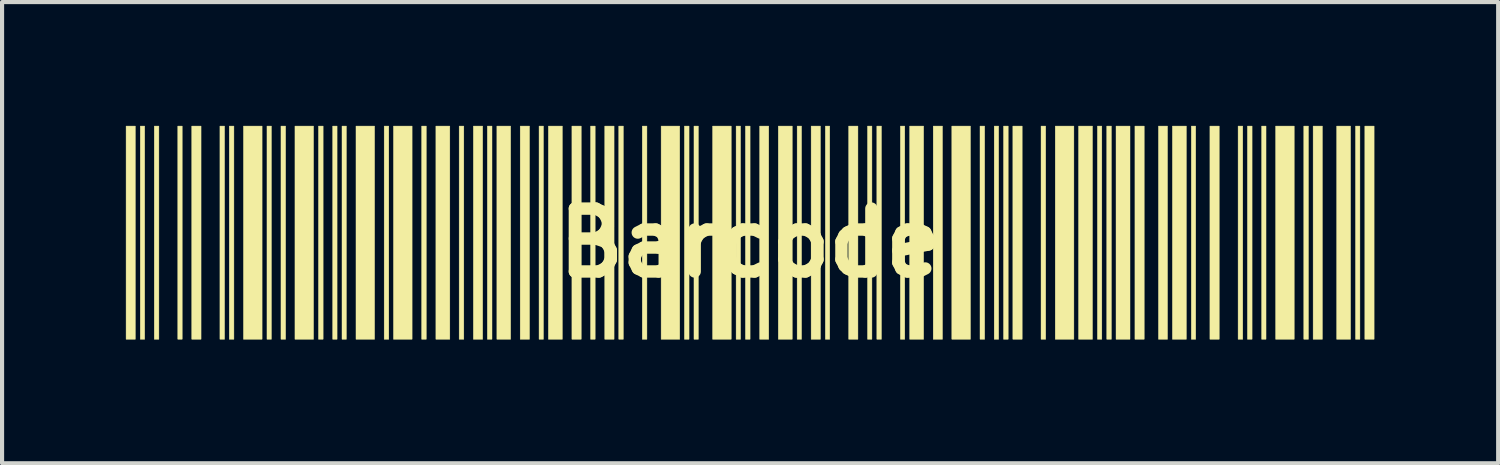
<source format=kicad_pcb>
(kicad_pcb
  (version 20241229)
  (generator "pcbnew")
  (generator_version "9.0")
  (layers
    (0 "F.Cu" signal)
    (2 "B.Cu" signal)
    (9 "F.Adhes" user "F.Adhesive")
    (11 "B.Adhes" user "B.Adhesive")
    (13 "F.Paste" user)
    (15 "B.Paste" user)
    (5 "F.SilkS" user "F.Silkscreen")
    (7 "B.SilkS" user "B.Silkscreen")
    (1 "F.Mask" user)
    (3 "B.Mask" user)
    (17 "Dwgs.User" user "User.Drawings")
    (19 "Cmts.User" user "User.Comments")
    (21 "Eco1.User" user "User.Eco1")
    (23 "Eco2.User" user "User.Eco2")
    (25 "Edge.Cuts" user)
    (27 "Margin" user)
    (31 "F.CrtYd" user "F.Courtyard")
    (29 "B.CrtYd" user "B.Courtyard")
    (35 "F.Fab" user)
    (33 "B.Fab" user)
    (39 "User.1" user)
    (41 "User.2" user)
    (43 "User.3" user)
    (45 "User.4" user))
  (footprint "Barcode"
    (layer "F.Cu")
    (at 15.126 2.839)
    (property "Reference" "Barcode" (at 0 0 0) (layer "F.SilkS") (effects (font (size 1.524 1.524) (thickness 0.3))))
    (attr through_hole)
    (fp_poly (pts (xy -14.896 2.331) (xy -15.121 2.331) (xy -15.121 -2.834) (xy -14.896 -2.834) (xy -14.896 2.331)) (stroke (width 0.01) (type solid)) (fill yes) (layer "F.SilkS"))
    (fp_poly (pts (xy -14.67 2.331) (xy -14.777 2.331) (xy -14.777 -2.834) (xy -14.67 -2.834) (xy -14.67 2.331)) (stroke (width 0.01) (type solid)) (fill yes) (layer "F.SilkS"))
    (fp_poly (pts (xy -14.326 2.331) (xy -14.438 2.331) (xy -14.438 -2.834) (xy -14.326 -2.834) (xy -14.326 2.331)) (stroke (width 0.01) (type solid)) (fill yes) (layer "F.SilkS"))
    (fp_poly (pts (xy -13.761 2.331) (xy -13.868 2.331) (xy -13.868 -2.834) (xy -13.761 -2.834) (xy -13.761 2.331)) (stroke (width 0.01) (type solid)) (fill yes) (layer "F.SilkS"))
    (fp_poly (pts (xy -13.304 2.331) (xy -13.53 2.331) (xy -13.53 -2.834) (xy -13.304 -2.834) (xy -13.304 2.331)) (stroke (width 0.01) (type solid)) (fill yes) (layer "F.SilkS"))
    (fp_poly (pts (xy -12.734 2.331) (xy -12.847 2.331) (xy -12.847 -2.834) (xy -12.734 -2.834) (xy -12.734 2.331)) (stroke (width 0.01) (type solid)) (fill yes) (layer "F.SilkS"))
    (fp_poly (pts (xy -12.508 2.331) (xy -12.621 2.331) (xy -12.621 -2.834) (xy -12.508 -2.834) (xy -12.508 2.331)) (stroke (width 0.01) (type solid)) (fill yes) (layer "F.SilkS"))
    (fp_poly (pts (xy -11.825 2.331) (xy -12.277 2.331) (xy -12.277 -2.834) (xy -11.825 -2.834) (xy -11.825 2.331)) (stroke (width 0.01) (type solid)) (fill yes) (layer "F.SilkS"))
    (fp_poly (pts (xy -11.599 2.331) (xy -11.707 2.331) (xy -11.707 -2.834) (xy -11.599 -2.834) (xy -11.599 2.331)) (stroke (width 0.01) (type solid)) (fill yes) (layer "F.SilkS"))
    (fp_poly (pts (xy -11.255 2.331) (xy -11.368 2.331) (xy -11.368 -2.834) (xy -11.255 -2.834) (xy -11.255 2.331)) (stroke (width 0.01) (type solid)) (fill yes) (layer "F.SilkS"))
    (fp_poly (pts (xy -10.578 2.331) (xy -11.029 2.331) (xy -11.029 -2.834) (xy -10.578 -2.834) (xy -10.578 2.331)) (stroke (width 0.01) (type solid)) (fill yes) (layer "F.SilkS"))
    (fp_poly (pts (xy -10.346 2.331) (xy -10.459 2.331) (xy -10.459 -2.834) (xy -10.346 -2.834) (xy -10.346 2.331)) (stroke (width 0.01) (type solid)) (fill yes) (layer "F.SilkS"))
    (fp_poly (pts (xy -10.008 2.331) (xy -10.115 2.331) (xy -10.115 -2.834) (xy -10.008 -2.834) (xy -10.008 2.331)) (stroke (width 0.01) (type solid)) (fill yes) (layer "F.SilkS"))
    (fp_poly (pts (xy -9.782 2.331) (xy -9.889 2.331) (xy -9.889 -2.834) (xy -9.782 -2.834) (xy -9.782 2.331)) (stroke (width 0.01) (type solid)) (fill yes) (layer "F.SilkS"))
    (fp_poly (pts (xy -9.099 2.331) (xy -9.55 2.331) (xy -9.55 -2.834) (xy -9.099 -2.834) (xy -9.099 2.331)) (stroke (width 0.01) (type solid)) (fill yes) (layer "F.SilkS"))
    (fp_poly (pts (xy -8.755 2.331) (xy -8.867 2.331) (xy -8.867 -2.834) (xy -8.755 -2.834) (xy -8.755 2.331)) (stroke (width 0.01) (type solid)) (fill yes) (layer "F.SilkS"))
    (fp_poly (pts (xy -8.19 2.331) (xy -8.642 2.331) (xy -8.642 -2.834) (xy -8.19 -2.834) (xy -8.19 2.331)) (stroke (width 0.01) (type solid)) (fill yes) (layer "F.SilkS"))
    (fp_poly (pts (xy -7.846 2.331) (xy -7.959 2.331) (xy -7.959 -2.834) (xy -7.846 -2.834) (xy -7.846 2.331)) (stroke (width 0.01) (type solid)) (fill yes) (layer "F.SilkS"))
    (fp_poly (pts (xy -7.276 2.331) (xy -7.614 2.331) (xy -7.614 -2.834) (xy -7.276 -2.834) (xy -7.276 2.331)) (stroke (width 0.01) (type solid)) (fill yes) (layer "F.SilkS"))
    (fp_poly (pts (xy -6.937 2.331) (xy -7.05 2.331) (xy -7.05 -2.834) (xy -6.937 -2.834) (xy -6.937 2.331)) (stroke (width 0.01) (type solid)) (fill yes) (layer "F.SilkS"))
    (fp_poly (pts (xy -6.48 2.331) (xy -6.706 2.331) (xy -6.706 -2.834) (xy -6.48 -2.834) (xy -6.48 2.331)) (stroke (width 0.01) (type solid)) (fill yes) (layer "F.SilkS"))
    (fp_poly (pts (xy -6.254 2.331) (xy -6.367 2.331) (xy -6.367 -2.834) (xy -6.254 -2.834) (xy -6.254 2.331)) (stroke (width 0.01) (type solid)) (fill yes) (layer "F.SilkS"))
    (fp_poly (pts (xy -5.802 2.331) (xy -6.136 2.331) (xy -6.136 -2.834) (xy -5.802 -2.834) (xy -5.802 2.331)) (stroke (width 0.01) (type solid)) (fill yes) (layer "F.SilkS"))
    (fp_poly (pts (xy -5.345 2.331) (xy -5.571 2.331) (xy -5.571 -2.834) (xy -5.345 -2.834) (xy -5.345 2.331)) (stroke (width 0.01) (type solid)) (fill yes) (layer "F.SilkS"))
    (fp_poly (pts (xy -5.007 2.331) (xy -5.114 2.331) (xy -5.114 -2.834) (xy -5.007 -2.834) (xy -5.007 2.331)) (stroke (width 0.01) (type solid)) (fill yes) (layer "F.SilkS"))
    (fp_poly (pts (xy -4.549 2.331) (xy -4.888 2.331) (xy -4.888 -2.834) (xy -4.549 -2.834) (xy -4.549 2.331)) (stroke (width 0.01) (type solid)) (fill yes) (layer "F.SilkS"))
    (fp_poly (pts (xy -4.092 2.331) (xy -4.318 2.331) (xy -4.318 -2.834) (xy -4.092 -2.834) (xy -4.092 2.331)) (stroke (width 0.01) (type solid)) (fill yes) (layer "F.SilkS"))
    (fp_poly (pts (xy -3.754 2.331) (xy -3.866 2.331) (xy -3.866 -2.834) (xy -3.754 -2.834) (xy -3.754 2.331)) (stroke (width 0.01) (type solid)) (fill yes) (layer "F.SilkS"))
    (fp_poly (pts (xy -3.296 2.331) (xy -3.522 2.331) (xy -3.522 -2.834) (xy -3.296 -2.834) (xy -3.296 2.331)) (stroke (width 0.01) (type solid)) (fill yes) (layer "F.SilkS"))
    (fp_poly (pts (xy -3.071 2.331) (xy -3.183 2.331) (xy -3.183 -2.834) (xy -3.071 -2.834) (xy -3.071 2.331)) (stroke (width 0.01) (type solid)) (fill yes) (layer "F.SilkS"))
    (fp_poly (pts (xy -2.5 2.331) (xy -2.613 2.331) (xy -2.613 -2.834) (xy -2.5 -2.834) (xy -2.5 2.331)) (stroke (width 0.01) (type solid)) (fill yes) (layer "F.SilkS"))
    (fp_poly (pts (xy -1.705 2.331) (xy -2.156 2.331) (xy -2.156 -2.834) (xy -1.705 -2.834) (xy -1.705 2.331)) (stroke (width 0.01) (type solid)) (fill yes) (layer "F.SilkS"))
    (fp_poly (pts (xy -1.479 2.331) (xy -1.592 2.331) (xy -1.592 -2.834) (xy -1.479 -2.834) (xy -1.479 2.331)) (stroke (width 0.01) (type solid)) (fill yes) (layer "F.SilkS"))
    (fp_poly (pts (xy -1.253 2.331) (xy -1.36 2.331) (xy -1.36 -2.834) (xy -1.253 -2.834) (xy -1.253 2.331)) (stroke (width 0.01) (type solid)) (fill yes) (layer "F.SilkS"))
    (fp_poly (pts (xy -0.457 2.331) (xy -0.909 2.331) (xy -0.909 -2.834) (xy -0.457 -2.834) (xy -0.457 2.331)) (stroke (width 0.01) (type solid)) (fill yes) (layer "F.SilkS"))
    (fp_poly (pts (xy -0.231 2.331) (xy -0.339 2.331) (xy -0.339 -2.834) (xy -0.231 -2.834) (xy -0.231 2.331)) (stroke (width 0.01) (type solid)) (fill yes) (layer "F.SilkS"))
    (fp_poly (pts (xy 0 2.331) (xy -0.113 2.331) (xy -0.113 -2.834) (xy 0 -2.834) (xy 0 2.331)) (stroke (width 0.01) (type solid)) (fill yes) (layer "F.SilkS"))
    (fp_poly (pts (xy 0.452 2.331) (xy 0.231 2.331) (xy 0.231 -2.834) (xy 0.452 -2.834) (xy 0.452 2.331)) (stroke (width 0.01) (type solid)) (fill yes) (layer "F.SilkS"))
    (fp_poly (pts (xy 1.022 2.331) (xy 0.683 2.331) (xy 0.683 -2.834) (xy 1.022 -2.834) (xy 1.022 2.331)) (stroke (width 0.01) (type solid)) (fill yes) (layer "F.SilkS"))
    (fp_poly (pts (xy 1.247 2.331) (xy 1.14 2.331) (xy 1.14 -2.834) (xy 1.247 -2.834) (xy 1.247 2.331)) (stroke (width 0.01) (type solid)) (fill yes) (layer "F.SilkS"))
    (fp_poly (pts (xy 1.705 2.331) (xy 1.479 2.331) (xy 1.479 -2.834) (xy 1.705 -2.834) (xy 1.705 2.331)) (stroke (width 0.01) (type solid)) (fill yes) (layer "F.SilkS"))
    (fp_poly (pts (xy 1.93 2.331) (xy 1.823 2.331) (xy 1.823 -2.834) (xy 1.93 -2.834) (xy 1.93 2.331)) (stroke (width 0.01) (type solid)) (fill yes) (layer "F.SilkS"))
    (fp_poly (pts (xy 2.613 2.331) (xy 2.388 2.331) (xy 2.388 -2.834) (xy 2.613 -2.834) (xy 2.613 2.331)) (stroke (width 0.01) (type solid)) (fill yes) (layer "F.SilkS"))
    (fp_poly (pts (xy 2.952 2.331) (xy 2.845 2.331) (xy 2.845 -2.834) (xy 2.952 -2.834) (xy 2.952 2.331)) (stroke (width 0.01) (type solid)) (fill yes) (layer "F.SilkS"))
    (fp_poly (pts (xy 3.183 2.331) (xy 3.071 2.331) (xy 3.071 -2.834) (xy 3.183 -2.834) (xy 3.183 2.331)) (stroke (width 0.01) (type solid)) (fill yes) (layer "F.SilkS"))
    (fp_poly (pts (xy 3.748 2.331) (xy 3.641 2.331) (xy 3.641 -2.834) (xy 3.748 -2.834) (xy 3.748 2.331)) (stroke (width 0.01) (type solid)) (fill yes) (layer "F.SilkS"))
    (fp_poly (pts (xy 4.205 2.331) (xy 3.866 2.331) (xy 3.866 -2.834) (xy 4.205 -2.834) (xy 4.205 2.331)) (stroke (width 0.01) (type solid)) (fill yes) (layer "F.SilkS"))
    (fp_poly (pts (xy 4.662 2.331) (xy 4.437 2.331) (xy 4.437 -2.834) (xy 4.662 -2.834) (xy 4.662 2.331)) (stroke (width 0.01) (type solid)) (fill yes) (layer "F.SilkS"))
    (fp_poly (pts (xy 5.34 2.331) (xy 4.888 2.331) (xy 4.888 -2.834) (xy 5.34 -2.834) (xy 5.34 2.331)) (stroke (width 0.01) (type solid)) (fill yes) (layer "F.SilkS"))
    (fp_poly (pts (xy 5.684 2.331) (xy 5.571 2.331) (xy 5.571 -2.834) (xy 5.684 -2.834) (xy 5.684 2.331)) (stroke (width 0.01) (type solid)) (fill yes) (layer "F.SilkS"))
    (fp_poly (pts (xy 6.023 2.331) (xy 5.915 2.331) (xy 5.915 -2.834) (xy 6.023 -2.834) (xy 6.023 2.331)) (stroke (width 0.01) (type solid)) (fill yes) (layer "F.SilkS"))
    (fp_poly (pts (xy 6.254 2.331) (xy 6.141 2.331) (xy 6.141 -2.834) (xy 6.254 -2.834) (xy 6.254 2.331)) (stroke (width 0.01) (type solid)) (fill yes) (layer "F.SilkS"))
    (fp_poly (pts (xy 6.593 2.331) (xy 6.367 2.331) (xy 6.367 -2.834) (xy 6.593 -2.834) (xy 6.593 2.331)) (stroke (width 0.01) (type solid)) (fill yes) (layer "F.SilkS"))
    (fp_poly (pts (xy 7.163 2.331) (xy 7.05 2.331) (xy 7.05 -2.834) (xy 7.163 -2.834) (xy 7.163 2.331)) (stroke (width 0.01) (type solid)) (fill yes) (layer "F.SilkS"))
    (fp_poly (pts (xy 7.846 2.331) (xy 7.394 2.331) (xy 7.394 -2.834) (xy 7.846 -2.834) (xy 7.846 2.331)) (stroke (width 0.01) (type solid)) (fill yes) (layer "F.SilkS"))
    (fp_poly (pts (xy 8.297 2.331) (xy 7.959 2.331) (xy 7.959 -2.834) (xy 8.297 -2.834) (xy 8.297 2.331)) (stroke (width 0.01) (type solid)) (fill yes) (layer "F.SilkS"))
    (fp_poly (pts (xy 8.523 2.331) (xy 8.416 2.331) (xy 8.416 -2.834) (xy 8.523 -2.834) (xy 8.523 2.331)) (stroke (width 0.01) (type solid)) (fill yes) (layer "F.SilkS"))
    (fp_poly (pts (xy 8.755 2.331) (xy 8.642 2.331) (xy 8.642 -2.834) (xy 8.755 -2.834) (xy 8.755 2.331)) (stroke (width 0.01) (type solid)) (fill yes) (layer "F.SilkS"))
    (fp_poly (pts (xy 9.206 2.331) (xy 8.867 2.331) (xy 8.867 -2.834) (xy 9.206 -2.834) (xy 9.206 2.331)) (stroke (width 0.01) (type solid)) (fill yes) (layer "F.SilkS"))
    (fp_poly (pts (xy 9.55 2.331) (xy 9.325 2.331) (xy 9.325 -2.834) (xy 9.55 -2.834) (xy 9.55 2.331)) (stroke (width 0.01) (type solid)) (fill yes) (layer "F.SilkS"))
    (fp_poly (pts (xy 10.115 2.331) (xy 9.895 2.331) (xy 9.895 -2.834) (xy 10.115 -2.834) (xy 10.115 2.331)) (stroke (width 0.01) (type solid)) (fill yes) (layer "F.SilkS"))
    (fp_poly (pts (xy 10.572 2.331) (xy 10.233 2.331) (xy 10.233 -2.834) (xy 10.572 -2.834) (xy 10.572 2.331)) (stroke (width 0.01) (type solid)) (fill yes) (layer "F.SilkS"))
    (fp_poly (pts (xy 10.798 2.331) (xy 10.691 2.331) (xy 10.691 -2.834) (xy 10.798 -2.834) (xy 10.798 2.331)) (stroke (width 0.01) (type solid)) (fill yes) (layer "F.SilkS"))
    (fp_poly (pts (xy 11.368 2.331) (xy 11.142 2.331) (xy 11.142 -2.834) (xy 11.368 -2.834) (xy 11.368 2.331)) (stroke (width 0.01) (type solid)) (fill yes) (layer "F.SilkS"))
    (fp_poly (pts (xy 11.938 2.331) (xy 11.825 2.331) (xy 11.825 -2.834) (xy 11.938 -2.834) (xy 11.938 2.331)) (stroke (width 0.01) (type solid)) (fill yes) (layer "F.SilkS"))
    (fp_poly (pts (xy 12.164 2.331) (xy 12.051 2.331) (xy 12.051 -2.834) (xy 12.164 -2.834) (xy 12.164 2.331)) (stroke (width 0.01) (type solid)) (fill yes) (layer "F.SilkS"))
    (fp_poly (pts (xy 12.502 2.331) (xy 12.395 2.331) (xy 12.395 -2.834) (xy 12.502 -2.834) (xy 12.502 2.331)) (stroke (width 0.01) (type solid)) (fill yes) (layer "F.SilkS"))
    (fp_poly (pts (xy 13.185 2.331) (xy 12.734 2.331) (xy 12.734 -2.834) (xy 13.185 -2.834) (xy 13.185 2.331)) (stroke (width 0.01) (type solid)) (fill yes) (layer "F.SilkS"))
    (fp_poly (pts (xy 13.53 2.331) (xy 13.417 2.331) (xy 13.417 -2.834) (xy 13.53 -2.834) (xy 13.53 2.331)) (stroke (width 0.01) (type solid)) (fill yes) (layer "F.SilkS"))
    (fp_poly (pts (xy 13.868 2.331) (xy 13.643 2.331) (xy 13.643 -2.834) (xy 13.868 -2.834) (xy 13.868 2.331)) (stroke (width 0.01) (type solid)) (fill yes) (layer "F.SilkS"))
    (fp_poly (pts (xy 14.551 2.331) (xy 14.213 2.331) (xy 14.213 -2.834) (xy 14.551 -2.834) (xy 14.551 2.331)) (stroke (width 0.01) (type solid)) (fill yes) (layer "F.SilkS"))
    (fp_poly (pts (xy 14.777 2.331) (xy 14.67 2.331) (xy 14.67 -2.834) (xy 14.777 -2.834) (xy 14.777 2.331)) (stroke (width 0.01) (type solid)) (fill yes) (layer "F.SilkS"))
    (fp_poly (pts (xy 15.121 2.331) (xy 14.896 2.331) (xy 14.896 -2.834) (xy 15.121 -2.834) (xy 15.121 2.331)) (stroke (width 0.01) (type solid)) (fill yes) (layer "F.SilkS")))
  (gr_rect
    (start -3 -3)
    (end 33.253 8.175)
    (stroke (width 0.1) (type default))
    (fill no)
    (layer "Edge.Cuts")))
</source>
